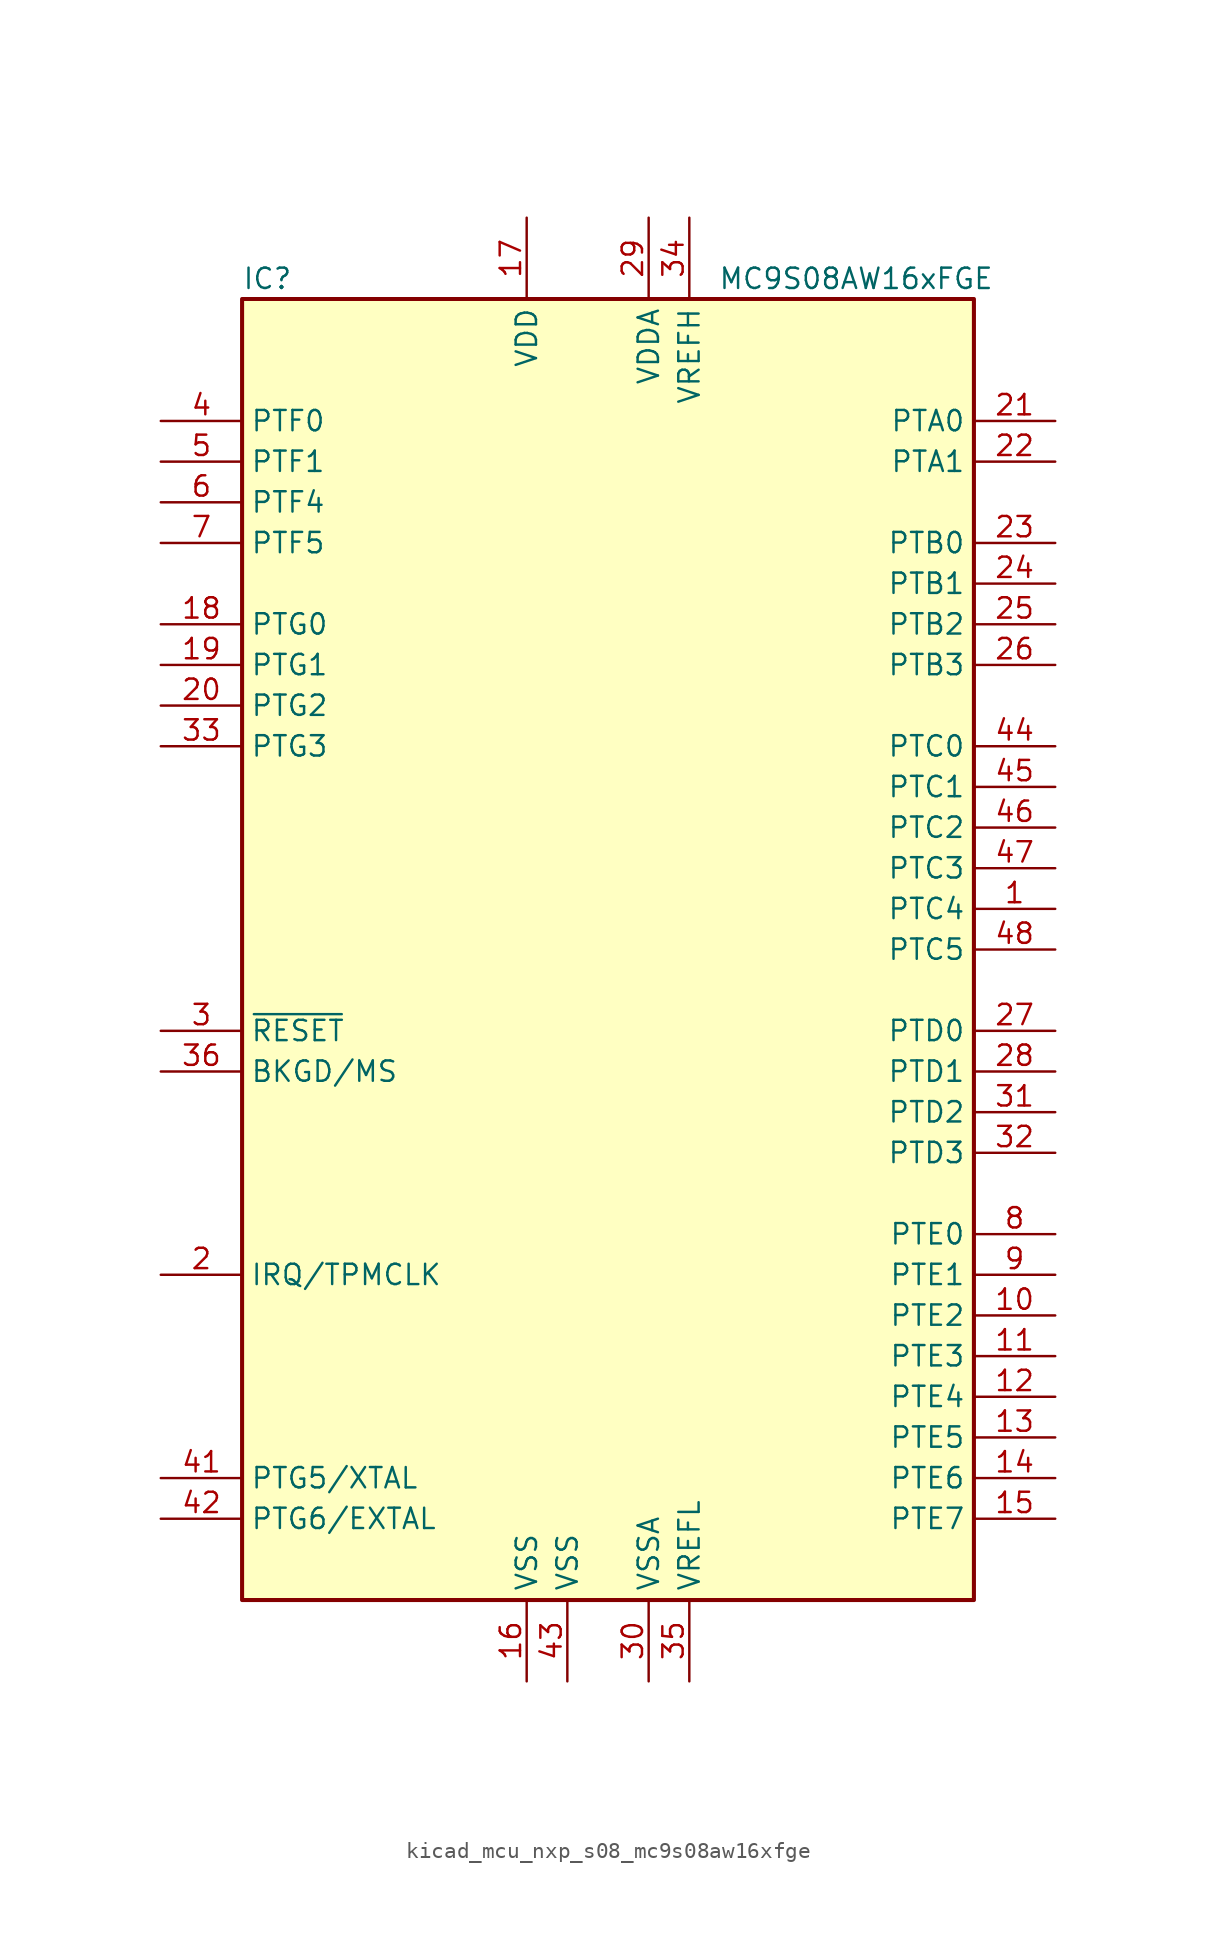
<source format=kicad_sym>
(kicad_symbol_lib
  (version 20220914)
  (generator kicad_symbol_editor)
  (symbol "kicad_mcu_nxp_s08_mc9s08aw16xfge"
    (property "Reference" "IC"
      (at -22.86 41.91 0)
      (effects (font (size 1.27 1.27)) (justify left)))
    (property "Value" "MC9S08AW16xFGE"
      (at 24.13 41.91 0)
      (effects (font (size 1.27 1.27)) (justify right)))
    (symbol "kicad_mcu_nxp_s08_mc9s08aw16xfge_0_1"
      (rectangle (start -22.86 40.64) (end 22.86 -40.64) (stroke (width 0.254) (type default)) (fill (type background))))
    (symbol "kicad_mcu_nxp_s08_mc9s08aw16xfge_1_1"
      (pin bidirectional line (at 27.94 2.54 180) (length 5.08) (name "PTC4" (effects (font (size 1.27 1.27)))) (number "1" (effects (font (size 1.27 1.27)))))
      (pin bidirectional line (at 27.94 -22.86 180) (length 5.08) (name "PTE2" (effects (font (size 1.27 1.27)))) (number "10" (effects (font (size 1.27 1.27)))))
      (pin bidirectional line (at 27.94 -25.4 180) (length 5.08) (name "PTE3" (effects (font (size 1.27 1.27)))) (number "11" (effects (font (size 1.27 1.27)))))
      (pin bidirectional line (at 27.94 -27.94 180) (length 5.08) (name "PTE4" (effects (font (size 1.27 1.27)))) (number "12" (effects (font (size 1.27 1.27)))))
      (pin bidirectional line (at 27.94 -30.48 180) (length 5.08) (name "PTE5" (effects (font (size 1.27 1.27)))) (number "13" (effects (font (size 1.27 1.27)))))
      (pin bidirectional line (at 27.94 -33.02 180) (length 5.08) (name "PTE6" (effects (font (size 1.27 1.27)))) (number "14" (effects (font (size 1.27 1.27)))))
      (pin bidirectional line (at 27.94 -35.56 180) (length 5.08) (name "PTE7" (effects (font (size 1.27 1.27)))) (number "15" (effects (font (size 1.27 1.27)))))
      (pin power_in line (at -5.08 -45.72 90) (length 5.08) (name "VSS" (effects (font (size 1.27 1.27)))) (number "16" (effects (font (size 1.27 1.27)))))
      (pin power_in line (at -5.08 45.72 270) (length 5.08) (name "VDD" (effects (font (size 1.27 1.27)))) (number "17" (effects (font (size 1.27 1.27)))))
      (pin bidirectional line (at -27.94 20.32 0) (length 5.08) (name "PTG0" (effects (font (size 1.27 1.27)))) (number "18" (effects (font (size 1.27 1.27)))))
      (pin bidirectional line (at -27.94 17.78 0) (length 5.08) (name "PTG1" (effects (font (size 1.27 1.27)))) (number "19" (effects (font (size 1.27 1.27)))))
      (pin input line (at -27.94 -20.32 0) (length 5.08) (name "IRQ/TPMCLK" (effects (font (size 1.27 1.27)))) (number "2" (effects (font (size 1.27 1.27)))))
      (pin bidirectional line (at -27.94 15.24 0) (length 5.08) (name "PTG2" (effects (font (size 1.27 1.27)))) (number "20" (effects (font (size 1.27 1.27)))))
      (pin bidirectional line (at 27.94 33.02 180) (length 5.08) (name "PTA0" (effects (font (size 1.27 1.27)))) (number "21" (effects (font (size 1.27 1.27)))))
      (pin bidirectional line (at 27.94 30.48 180) (length 5.08) (name "PTA1" (effects (font (size 1.27 1.27)))) (number "22" (effects (font (size 1.27 1.27)))))
      (pin bidirectional line (at 27.94 25.4 180) (length 5.08) (name "PTB0" (effects (font (size 1.27 1.27)))) (number "23" (effects (font (size 1.27 1.27)))))
      (pin bidirectional line (at 27.94 22.86 180) (length 5.08) (name "PTB1" (effects (font (size 1.27 1.27)))) (number "24" (effects (font (size 1.27 1.27)))))
      (pin bidirectional line (at 27.94 20.32 180) (length 5.08) (name "PTB2" (effects (font (size 1.27 1.27)))) (number "25" (effects (font (size 1.27 1.27)))))
      (pin bidirectional line (at 27.94 17.78 180) (length 5.08) (name "PTB3" (effects (font (size 1.27 1.27)))) (number "26" (effects (font (size 1.27 1.27)))))
      (pin bidirectional line (at 27.94 -5.08 180) (length 5.08) (name "PTD0" (effects (font (size 1.27 1.27)))) (number "27" (effects (font (size 1.27 1.27)))))
      (pin bidirectional line (at 27.94 -7.62 180) (length 5.08) (name "PTD1" (effects (font (size 1.27 1.27)))) (number "28" (effects (font (size 1.27 1.27)))))
      (pin power_in line (at 2.54 45.72 270) (length 5.08) (name "VDDA" (effects (font (size 1.27 1.27)))) (number "29" (effects (font (size 1.27 1.27)))))
      (pin input line (at -27.94 -5.08 0) (length 5.08) (name "~{RESET}" (effects (font (size 1.27 1.27)))) (number "3" (effects (font (size 1.27 1.27)))))
      (pin power_in line (at 2.54 -45.72 90) (length 5.08) (name "VSSA" (effects (font (size 1.27 1.27)))) (number "30" (effects (font (size 1.27 1.27)))))
      (pin bidirectional line (at 27.94 -10.16 180) (length 5.08) (name "PTD2" (effects (font (size 1.27 1.27)))) (number "31" (effects (font (size 1.27 1.27)))))
      (pin bidirectional line (at 27.94 -12.7 180) (length 5.08) (name "PTD3" (effects (font (size 1.27 1.27)))) (number "32" (effects (font (size 1.27 1.27)))))
      (pin bidirectional line (at -27.94 12.7 0) (length 5.08) (name "PTG3" (effects (font (size 1.27 1.27)))) (number "33" (effects (font (size 1.27 1.27)))))
      (pin power_in line (at 5.08 45.72 270) (length 5.08) (name "VREFH" (effects (font (size 1.27 1.27)))) (number "34" (effects (font (size 1.27 1.27)))))
      (pin power_in line (at 5.08 -45.72 90) (length 5.08) (name "VREFL" (effects (font (size 1.27 1.27)))) (number "35" (effects (font (size 1.27 1.27)))))
      (pin bidirectional line (at -27.94 -7.62 0) (length 5.08) (name "BKGD/MS" (effects (font (size 1.27 1.27)))) (number "36" (effects (font (size 1.27 1.27)))))
      (pin bidirectional line (at -27.94 33.02 0) (length 5.08) (name "PTF0" (effects (font (size 1.27 1.27)))) (number "4" (effects (font (size 1.27 1.27)))))
      (pin bidirectional line (at -27.94 -33.02 0) (length 5.08) (name "PTG5/XTAL" (effects (font (size 1.27 1.27)))) (number "41" (effects (font (size 1.27 1.27)))))
      (pin bidirectional line (at -27.94 -35.56 0) (length 5.08) (name "PTG6/EXTAL" (effects (font (size 1.27 1.27)))) (number "42" (effects (font (size 1.27 1.27)))))
      (pin power_in line (at -2.54 -45.72 90) (length 5.08) (name "VSS" (effects (font (size 1.27 1.27)))) (number "43" (effects (font (size 1.27 1.27)))))
      (pin bidirectional line (at 27.94 12.7 180) (length 5.08) (name "PTC0" (effects (font (size 1.27 1.27)))) (number "44" (effects (font (size 1.27 1.27)))))
      (pin bidirectional line (at 27.94 10.16 180) (length 5.08) (name "PTC1" (effects (font (size 1.27 1.27)))) (number "45" (effects (font (size 1.27 1.27)))))
      (pin bidirectional line (at 27.94 7.62 180) (length 5.08) (name "PTC2" (effects (font (size 1.27 1.27)))) (number "46" (effects (font (size 1.27 1.27)))))
      (pin bidirectional line (at 27.94 5.08 180) (length 5.08) (name "PTC3" (effects (font (size 1.27 1.27)))) (number "47" (effects (font (size 1.27 1.27)))))
      (pin bidirectional line (at 27.94 0 180) (length 5.08) (name "PTC5" (effects (font (size 1.27 1.27)))) (number "48" (effects (font (size 1.27 1.27)))))
      (pin bidirectional line (at -27.94 30.48 0) (length 5.08) (name "PTF1" (effects (font (size 1.27 1.27)))) (number "5" (effects (font (size 1.27 1.27)))))
      (pin bidirectional line (at -27.94 27.94 0) (length 5.08) (name "PTF4" (effects (font (size 1.27 1.27)))) (number "6" (effects (font (size 1.27 1.27)))))
      (pin bidirectional line (at -27.94 25.4 0) (length 5.08) (name "PTF5" (effects (font (size 1.27 1.27)))) (number "7" (effects (font (size 1.27 1.27)))))
      (pin bidirectional line (at 27.94 -17.78 180) (length 5.08) (name "PTE0" (effects (font (size 1.27 1.27)))) (number "8" (effects (font (size 1.27 1.27)))))
      (pin bidirectional line (at 27.94 -20.32 180) (length 5.08) (name "PTE1" (effects (font (size 1.27 1.27)))) (number "9" (effects (font (size 1.27 1.27))))))))
</source>
